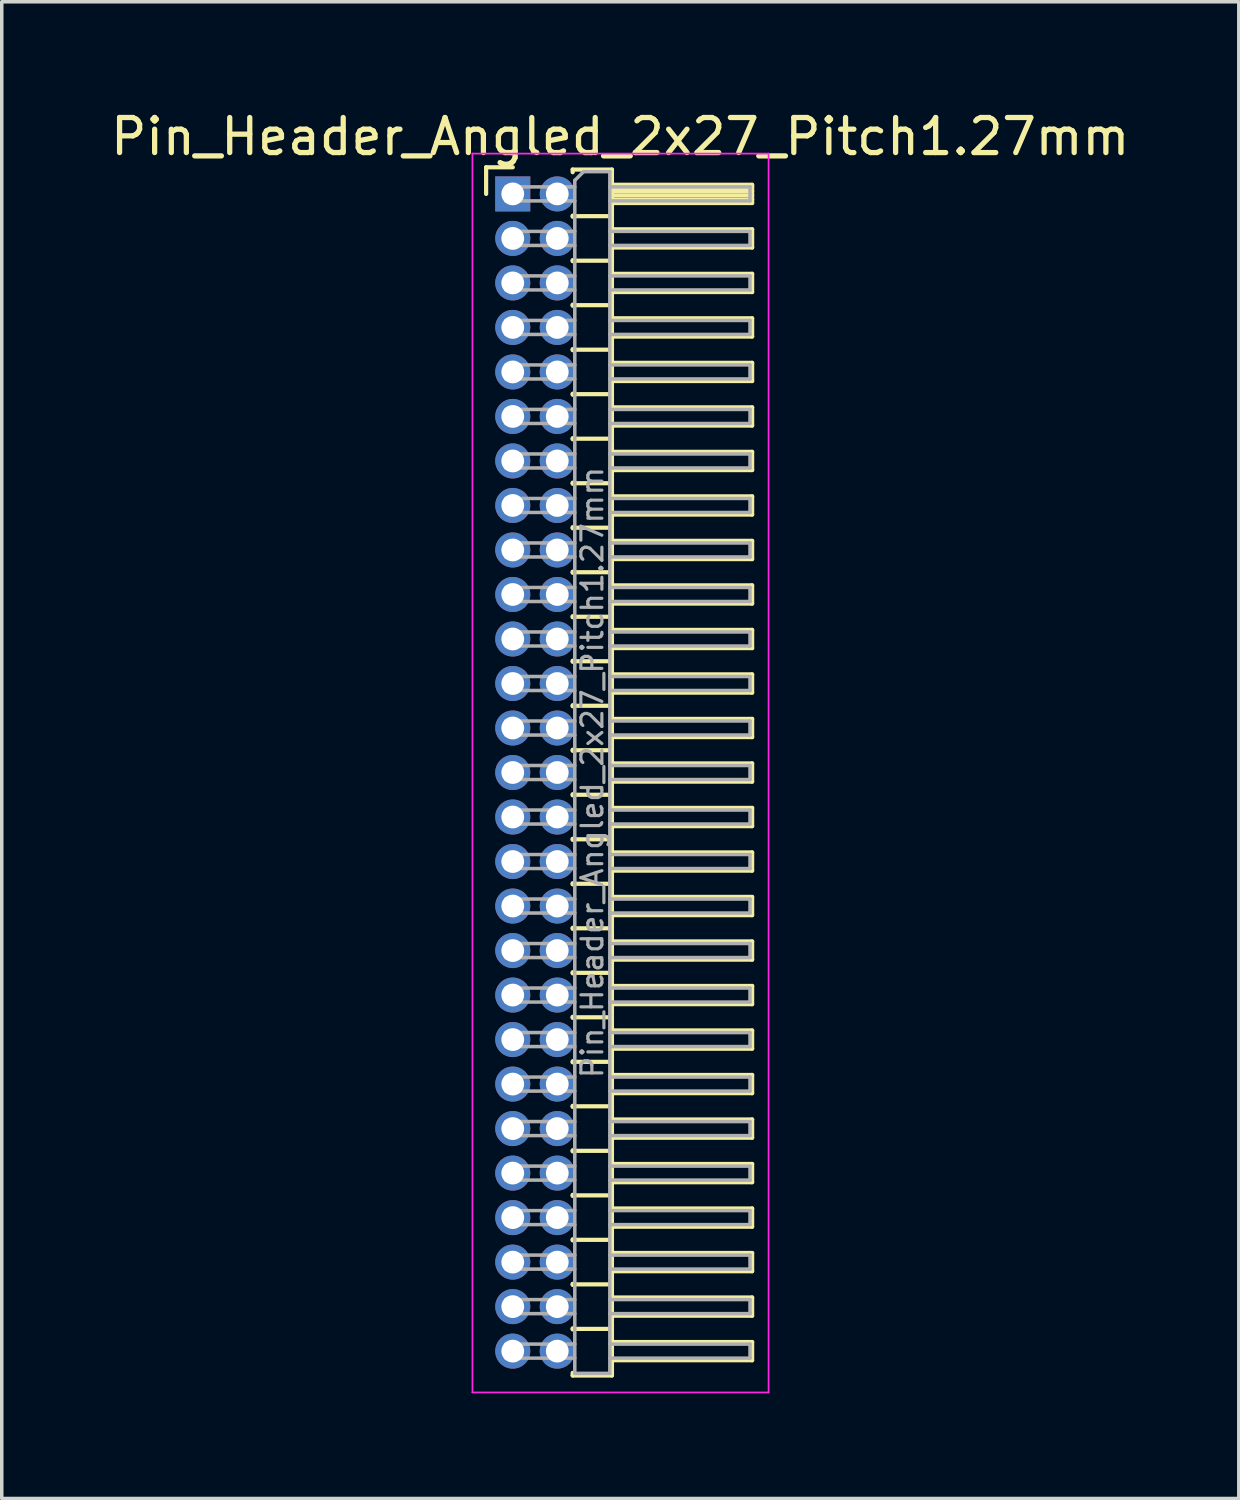
<source format=kicad_pcb>
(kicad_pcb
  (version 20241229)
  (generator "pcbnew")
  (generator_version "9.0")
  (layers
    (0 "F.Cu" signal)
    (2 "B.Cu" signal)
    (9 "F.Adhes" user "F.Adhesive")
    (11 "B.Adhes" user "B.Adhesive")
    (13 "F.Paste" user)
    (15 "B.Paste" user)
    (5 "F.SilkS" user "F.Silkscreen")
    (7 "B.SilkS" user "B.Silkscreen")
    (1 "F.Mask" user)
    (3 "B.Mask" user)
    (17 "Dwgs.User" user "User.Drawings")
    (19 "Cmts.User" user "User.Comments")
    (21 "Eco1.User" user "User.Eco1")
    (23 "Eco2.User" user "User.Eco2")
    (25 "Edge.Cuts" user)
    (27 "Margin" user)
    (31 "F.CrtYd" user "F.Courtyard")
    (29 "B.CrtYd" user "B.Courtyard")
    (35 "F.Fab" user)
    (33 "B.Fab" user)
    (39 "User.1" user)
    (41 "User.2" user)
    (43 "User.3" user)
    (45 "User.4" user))
  (footprint "Pin_Header_Angled_2x27_Pitch1.27mm"
    (layer "F.Cu")
    (at 11.581 2.483)
    (property "Reference" "Pin_Header_Angled_2x27_Pitch1.27mm" (at 3.067 -1.635 0) (layer "F.SilkS") (effects (font (size 1 1) (thickness 0.15))))
    (attr through_hole)
    (fp_line (start -0.76 -0.76) (end 0 -0.76) (stroke (width 0.12) (type solid)) (layer "F.SilkS"))
    (fp_line (start -0.76 0) (end -0.76 -0.76) (stroke (width 0.12) (type solid)) (layer "F.SilkS"))
    (fp_line (start 1.71 -0.695) (end 2.83 -0.695) (stroke (width 0.12) (type solid)) (layer "F.SilkS"))
    (fp_line (start 1.71 -0.62) (end 1.71 -0.695) (stroke (width 0.12) (type solid)) (layer "F.SilkS"))
    (fp_line (start 1.71 0.62) (end 1.71 0.65) (stroke (width 0.12) (type solid)) (layer "F.SilkS"))
    (fp_line (start 1.71 0.635) (end 2.83 0.635) (stroke (width 0.12) (type solid)) (layer "F.SilkS"))
    (fp_line (start 1.71 1.89) (end 1.71 1.92) (stroke (width 0.12) (type solid)) (layer "F.SilkS"))
    (fp_line (start 1.71 1.905) (end 2.83 1.905) (stroke (width 0.12) (type solid)) (layer "F.SilkS"))
    (fp_line (start 1.71 3.16) (end 1.71 3.19) (stroke (width 0.12) (type solid)) (layer "F.SilkS"))
    (fp_line (start 1.71 3.175) (end 2.83 3.175) (stroke (width 0.12) (type solid)) (layer "F.SilkS"))
    (fp_line (start 1.71 4.43) (end 1.71 4.46) (stroke (width 0.12) (type solid)) (layer "F.SilkS"))
    (fp_line (start 1.71 4.445) (end 2.83 4.445) (stroke (width 0.12) (type solid)) (layer "F.SilkS"))
    (fp_line (start 1.71 5.7) (end 1.71 5.73) (stroke (width 0.12) (type solid)) (layer "F.SilkS"))
    (fp_line (start 1.71 5.715) (end 2.83 5.715) (stroke (width 0.12) (type solid)) (layer "F.SilkS"))
    (fp_line (start 1.71 6.97) (end 1.71 7) (stroke (width 0.12) (type solid)) (layer "F.SilkS"))
    (fp_line (start 1.71 6.985) (end 2.83 6.985) (stroke (width 0.12) (type solid)) (layer "F.SilkS"))
    (fp_line (start 1.71 8.24) (end 1.71 8.27) (stroke (width 0.12) (type solid)) (layer "F.SilkS"))
    (fp_line (start 1.71 8.255) (end 2.83 8.255) (stroke (width 0.12) (type solid)) (layer "F.SilkS"))
    (fp_line (start 1.71 9.51) (end 1.71 9.54) (stroke (width 0.12) (type solid)) (layer "F.SilkS"))
    (fp_line (start 1.71 9.525) (end 2.83 9.525) (stroke (width 0.12) (type solid)) (layer "F.SilkS"))
    (fp_line (start 1.71 10.78) (end 1.71 10.81) (stroke (width 0.12) (type solid)) (layer "F.SilkS"))
    (fp_line (start 1.71 10.795) (end 2.83 10.795) (stroke (width 0.12) (type solid)) (layer "F.SilkS"))
    (fp_line (start 1.71 12.05) (end 1.71 12.08) (stroke (width 0.12) (type solid)) (layer "F.SilkS"))
    (fp_line (start 1.71 12.065) (end 2.83 12.065) (stroke (width 0.12) (type solid)) (layer "F.SilkS"))
    (fp_line (start 1.71 13.32) (end 1.71 13.35) (stroke (width 0.12) (type solid)) (layer "F.SilkS"))
    (fp_line (start 1.71 13.335) (end 2.83 13.335) (stroke (width 0.12) (type solid)) (layer "F.SilkS"))
    (fp_line (start 1.71 14.59) (end 1.71 14.62) (stroke (width 0.12) (type solid)) (layer "F.SilkS"))
    (fp_line (start 1.71 14.605) (end 2.83 14.605) (stroke (width 0.12) (type solid)) (layer "F.SilkS"))
    (fp_line (start 1.71 15.86) (end 1.71 15.89) (stroke (width 0.12) (type solid)) (layer "F.SilkS"))
    (fp_line (start 1.71 15.875) (end 2.83 15.875) (stroke (width 0.12) (type solid)) (layer "F.SilkS"))
    (fp_line (start 1.71 17.13) (end 1.71 17.16) (stroke (width 0.12) (type solid)) (layer "F.SilkS"))
    (fp_line (start 1.71 17.145) (end 2.83 17.145) (stroke (width 0.12) (type solid)) (layer "F.SilkS"))
    (fp_line (start 1.71 18.4) (end 1.71 18.43) (stroke (width 0.12) (type solid)) (layer "F.SilkS"))
    (fp_line (start 1.71 18.415) (end 2.83 18.415) (stroke (width 0.12) (type solid)) (layer "F.SilkS"))
    (fp_line (start 1.71 19.67) (end 1.71 19.7) (stroke (width 0.12) (type solid)) (layer "F.SilkS"))
    (fp_line (start 1.71 19.685) (end 2.83 19.685) (stroke (width 0.12) (type solid)) (layer "F.SilkS"))
    (fp_line (start 1.71 20.94) (end 1.71 20.97) (stroke (width 0.12) (type solid)) (layer "F.SilkS"))
    (fp_line (start 1.71 20.955) (end 2.83 20.955) (stroke (width 0.12) (type solid)) (layer "F.SilkS"))
    (fp_line (start 1.71 22.21) (end 1.71 22.24) (stroke (width 0.12) (type solid)) (layer "F.SilkS"))
    (fp_line (start 1.71 22.225) (end 2.83 22.225) (stroke (width 0.12) (type solid)) (layer "F.SilkS"))
    (fp_line (start 1.71 23.48) (end 1.71 23.51) (stroke (width 0.12) (type solid)) (layer "F.SilkS"))
    (fp_line (start 1.71 23.495) (end 2.83 23.495) (stroke (width 0.12) (type solid)) (layer "F.SilkS"))
    (fp_line (start 1.71 24.75) (end 1.71 24.78) (stroke (width 0.12) (type solid)) (layer "F.SilkS"))
    (fp_line (start 1.71 24.765) (end 2.83 24.765) (stroke (width 0.12) (type solid)) (layer "F.SilkS"))
    (fp_line (start 1.71 26.02) (end 1.71 26.05) (stroke (width 0.12) (type solid)) (layer "F.SilkS"))
    (fp_line (start 1.71 26.035) (end 2.83 26.035) (stroke (width 0.12) (type solid)) (layer "F.SilkS"))
    (fp_line (start 1.71 27.29) (end 1.71 27.32) (stroke (width 0.12) (type solid)) (layer "F.SilkS"))
    (fp_line (start 1.71 27.305) (end 2.83 27.305) (stroke (width 0.12) (type solid)) (layer "F.SilkS"))
    (fp_line (start 1.71 28.56) (end 1.71 28.59) (stroke (width 0.12) (type solid)) (layer "F.SilkS"))
    (fp_line (start 1.71 28.575) (end 2.83 28.575) (stroke (width 0.12) (type solid)) (layer "F.SilkS"))
    (fp_line (start 1.71 29.83) (end 1.71 29.86) (stroke (width 0.12) (type solid)) (layer "F.SilkS"))
    (fp_line (start 1.71 29.845) (end 2.83 29.845) (stroke (width 0.12) (type solid)) (layer "F.SilkS"))
    (fp_line (start 1.71 31.1) (end 1.71 31.13) (stroke (width 0.12) (type solid)) (layer "F.SilkS"))
    (fp_line (start 1.71 31.115) (end 2.83 31.115) (stroke (width 0.12) (type solid)) (layer "F.SilkS"))
    (fp_line (start 1.71 32.37) (end 1.71 32.4) (stroke (width 0.12) (type solid)) (layer "F.SilkS"))
    (fp_line (start 1.71 32.385) (end 2.83 32.385) (stroke (width 0.12) (type solid)) (layer "F.SilkS"))
    (fp_line (start 1.71 33.715) (end 1.71 33.64) (stroke (width 0.12) (type solid)) (layer "F.SilkS"))
    (fp_line (start 2.83 -0.695) (end 2.83 33.715) (stroke (width 0.12) (type solid)) (layer "F.SilkS"))
    (fp_line (start 2.83 -0.26) (end 6.83 -0.26) (stroke (width 0.12) (type solid)) (layer "F.SilkS"))
    (fp_line (start 2.83 -0.2) (end 6.83 -0.2) (stroke (width 0.12) (type solid)) (layer "F.SilkS"))
    (fp_line (start 2.83 -0.08) (end 6.83 -0.08) (stroke (width 0.12) (type solid)) (layer "F.SilkS"))
    (fp_line (start 2.83 0.04) (end 6.83 0.04) (stroke (width 0.12) (type solid)) (layer "F.SilkS"))
    (fp_line (start 2.83 0.16) (end 6.83 0.16) (stroke (width 0.12) (type solid)) (layer "F.SilkS"))
    (fp_line (start 2.83 1.01) (end 6.83 1.01) (stroke (width 0.12) (type solid)) (layer "F.SilkS"))
    (fp_line (start 2.83 2.28) (end 6.83 2.28) (stroke (width 0.12) (type solid)) (layer "F.SilkS"))
    (fp_line (start 2.83 3.55) (end 6.83 3.55) (stroke (width 0.12) (type solid)) (layer "F.SilkS"))
    (fp_line (start 2.83 4.82) (end 6.83 4.82) (stroke (width 0.12) (type solid)) (layer "F.SilkS"))
    (fp_line (start 2.83 6.09) (end 6.83 6.09) (stroke (width 0.12) (type solid)) (layer "F.SilkS"))
    (fp_line (start 2.83 7.36) (end 6.83 7.36) (stroke (width 0.12) (type solid)) (layer "F.SilkS"))
    (fp_line (start 2.83 8.63) (end 6.83 8.63) (stroke (width 0.12) (type solid)) (layer "F.SilkS"))
    (fp_line (start 2.83 9.9) (end 6.83 9.9) (stroke (width 0.12) (type solid)) (layer "F.SilkS"))
    (fp_line (start 2.83 11.17) (end 6.83 11.17) (stroke (width 0.12) (type solid)) (layer "F.SilkS"))
    (fp_line (start 2.83 12.44) (end 6.83 12.44) (stroke (width 0.12) (type solid)) (layer "F.SilkS"))
    (fp_line (start 2.83 13.71) (end 6.83 13.71) (stroke (width 0.12) (type solid)) (layer "F.SilkS"))
    (fp_line (start 2.83 14.98) (end 6.83 14.98) (stroke (width 0.12) (type solid)) (layer "F.SilkS"))
    (fp_line (start 2.83 16.25) (end 6.83 16.25) (stroke (width 0.12) (type solid)) (layer "F.SilkS"))
    (fp_line (start 2.83 17.52) (end 6.83 17.52) (stroke (width 0.12) (type solid)) (layer "F.SilkS"))
    (fp_line (start 2.83 18.79) (end 6.83 18.79) (stroke (width 0.12) (type solid)) (layer "F.SilkS"))
    (fp_line (start 2.83 20.06) (end 6.83 20.06) (stroke (width 0.12) (type solid)) (layer "F.SilkS"))
    (fp_line (start 2.83 21.33) (end 6.83 21.33) (stroke (width 0.12) (type solid)) (layer "F.SilkS"))
    (fp_line (start 2.83 22.6) (end 6.83 22.6) (stroke (width 0.12) (type solid)) (layer "F.SilkS"))
    (fp_line (start 2.83 23.87) (end 6.83 23.87) (stroke (width 0.12) (type solid)) (layer "F.SilkS"))
    (fp_line (start 2.83 25.14) (end 6.83 25.14) (stroke (width 0.12) (type solid)) (layer "F.SilkS"))
    (fp_line (start 2.83 26.41) (end 6.83 26.41) (stroke (width 0.12) (type solid)) (layer "F.SilkS"))
    (fp_line (start 2.83 27.68) (end 6.83 27.68) (stroke (width 0.12) (type solid)) (layer "F.SilkS"))
    (fp_line (start 2.83 28.95) (end 6.83 28.95) (stroke (width 0.12) (type solid)) (layer "F.SilkS"))
    (fp_line (start 2.83 30.22) (end 6.83 30.22) (stroke (width 0.12) (type solid)) (layer "F.SilkS"))
    (fp_line (start 2.83 31.49) (end 6.83 31.49) (stroke (width 0.12) (type solid)) (layer "F.SilkS"))
    (fp_line (start 2.83 32.76) (end 6.83 32.76) (stroke (width 0.12) (type solid)) (layer "F.SilkS"))
    (fp_line (start 2.83 33.715) (end 1.71 33.715) (stroke (width 0.12) (type solid)) (layer "F.SilkS"))
    (fp_line (start 6.83 -0.26) (end 6.83 0.26) (stroke (width 0.12) (type solid)) (layer "F.SilkS"))
    (fp_line (start 6.83 0.26) (end 2.83 0.26) (stroke (width 0.12) (type solid)) (layer "F.SilkS"))
    (fp_line (start 6.83 1.01) (end 6.83 1.53) (stroke (width 0.12) (type solid)) (layer "F.SilkS"))
    (fp_line (start 6.83 1.53) (end 2.83 1.53) (stroke (width 0.12) (type solid)) (layer "F.SilkS"))
    (fp_line (start 6.83 2.28) (end 6.83 2.8) (stroke (width 0.12) (type solid)) (layer "F.SilkS"))
    (fp_line (start 6.83 2.8) (end 2.83 2.8) (stroke (width 0.12) (type solid)) (layer "F.SilkS"))
    (fp_line (start 6.83 3.55) (end 6.83 4.07) (stroke (width 0.12) (type solid)) (layer "F.SilkS"))
    (fp_line (start 6.83 4.07) (end 2.83 4.07) (stroke (width 0.12) (type solid)) (layer "F.SilkS"))
    (fp_line (start 6.83 4.82) (end 6.83 5.34) (stroke (width 0.12) (type solid)) (layer "F.SilkS"))
    (fp_line (start 6.83 5.34) (end 2.83 5.34) (stroke (width 0.12) (type solid)) (layer "F.SilkS"))
    (fp_line (start 6.83 6.09) (end 6.83 6.61) (stroke (width 0.12) (type solid)) (layer "F.SilkS"))
    (fp_line (start 6.83 6.61) (end 2.83 6.61) (stroke (width 0.12) (type solid)) (layer "F.SilkS"))
    (fp_line (start 6.83 7.36) (end 6.83 7.88) (stroke (width 0.12) (type solid)) (layer "F.SilkS"))
    (fp_line (start 6.83 7.88) (end 2.83 7.88) (stroke (width 0.12) (type solid)) (layer "F.SilkS"))
    (fp_line (start 6.83 8.63) (end 6.83 9.15) (stroke (width 0.12) (type solid)) (layer "F.SilkS"))
    (fp_line (start 6.83 9.15) (end 2.83 9.15) (stroke (width 0.12) (type solid)) (layer "F.SilkS"))
    (fp_line (start 6.83 9.9) (end 6.83 10.42) (stroke (width 0.12) (type solid)) (layer "F.SilkS"))
    (fp_line (start 6.83 10.42) (end 2.83 10.42) (stroke (width 0.12) (type solid)) (layer "F.SilkS"))
    (fp_line (start 6.83 11.17) (end 6.83 11.69) (stroke (width 0.12) (type solid)) (layer "F.SilkS"))
    (fp_line (start 6.83 11.69) (end 2.83 11.69) (stroke (width 0.12) (type solid)) (layer "F.SilkS"))
    (fp_line (start 6.83 12.44) (end 6.83 12.96) (stroke (width 0.12) (type solid)) (layer "F.SilkS"))
    (fp_line (start 6.83 12.96) (end 2.83 12.96) (stroke (width 0.12) (type solid)) (layer "F.SilkS"))
    (fp_line (start 6.83 13.71) (end 6.83 14.23) (stroke (width 0.12) (type solid)) (layer "F.SilkS"))
    (fp_line (start 6.83 14.23) (end 2.83 14.23) (stroke (width 0.12) (type solid)) (layer "F.SilkS"))
    (fp_line (start 6.83 14.98) (end 6.83 15.5) (stroke (width 0.12) (type solid)) (layer "F.SilkS"))
    (fp_line (start 6.83 15.5) (end 2.83 15.5) (stroke (width 0.12) (type solid)) (layer "F.SilkS"))
    (fp_line (start 6.83 16.25) (end 6.83 16.77) (stroke (width 0.12) (type solid)) (layer "F.SilkS"))
    (fp_line (start 6.83 16.77) (end 2.83 16.77) (stroke (width 0.12) (type solid)) (layer "F.SilkS"))
    (fp_line (start 6.83 17.52) (end 6.83 18.04) (stroke (width 0.12) (type solid)) (layer "F.SilkS"))
    (fp_line (start 6.83 18.04) (end 2.83 18.04) (stroke (width 0.12) (type solid)) (layer "F.SilkS"))
    (fp_line (start 6.83 18.79) (end 6.83 19.31) (stroke (width 0.12) (type solid)) (layer "F.SilkS"))
    (fp_line (start 6.83 19.31) (end 2.83 19.31) (stroke (width 0.12) (type solid)) (layer "F.SilkS"))
    (fp_line (start 6.83 20.06) (end 6.83 20.58) (stroke (width 0.12) (type solid)) (layer "F.SilkS"))
    (fp_line (start 6.83 20.58) (end 2.83 20.58) (stroke (width 0.12) (type solid)) (layer "F.SilkS"))
    (fp_line (start 6.83 21.33) (end 6.83 21.85) (stroke (width 0.12) (type solid)) (layer "F.SilkS"))
    (fp_line (start 6.83 21.85) (end 2.83 21.85) (stroke (width 0.12) (type solid)) (layer "F.SilkS"))
    (fp_line (start 6.83 22.6) (end 6.83 23.12) (stroke (width 0.12) (type solid)) (layer "F.SilkS"))
    (fp_line (start 6.83 23.12) (end 2.83 23.12) (stroke (width 0.12) (type solid)) (layer "F.SilkS"))
    (fp_line (start 6.83 23.87) (end 6.83 24.39) (stroke (width 0.12) (type solid)) (layer "F.SilkS"))
    (fp_line (start 6.83 24.39) (end 2.83 24.39) (stroke (width 0.12) (type solid)) (layer "F.SilkS"))
    (fp_line (start 6.83 25.14) (end 6.83 25.66) (stroke (width 0.12) (type solid)) (layer "F.SilkS"))
    (fp_line (start 6.83 25.66) (end 2.83 25.66) (stroke (width 0.12) (type solid)) (layer "F.SilkS"))
    (fp_line (start 6.83 26.41) (end 6.83 26.93) (stroke (width 0.12) (type solid)) (layer "F.SilkS"))
    (fp_line (start 6.83 26.93) (end 2.83 26.93) (stroke (width 0.12) (type solid)) (layer "F.SilkS"))
    (fp_line (start 6.83 27.68) (end 6.83 28.2) (stroke (width 0.12) (type solid)) (layer "F.SilkS"))
    (fp_line (start 6.83 28.2) (end 2.83 28.2) (stroke (width 0.12) (type solid)) (layer "F.SilkS"))
    (fp_line (start 6.83 28.95) (end 6.83 29.47) (stroke (width 0.12) (type solid)) (layer "F.SilkS"))
    (fp_line (start 6.83 29.47) (end 2.83 29.47) (stroke (width 0.12) (type solid)) (layer "F.SilkS"))
    (fp_line (start 6.83 30.22) (end 6.83 30.74) (stroke (width 0.12) (type solid)) (layer "F.SilkS"))
    (fp_line (start 6.83 30.74) (end 2.83 30.74) (stroke (width 0.12) (type solid)) (layer "F.SilkS"))
    (fp_line (start 6.83 31.49) (end 6.83 32.01) (stroke (width 0.12) (type solid)) (layer "F.SilkS"))
    (fp_line (start 6.83 32.01) (end 2.83 32.01) (stroke (width 0.12) (type solid)) (layer "F.SilkS"))
    (fp_line (start 6.83 32.76) (end 6.83 33.28) (stroke (width 0.12) (type solid)) (layer "F.SilkS"))
    (fp_line (start 6.83 33.28) (end 2.83 33.28) (stroke (width 0.12) (type solid)) (layer "F.SilkS"))
    (fp_line (start -1.15 -1.15) (end -1.15 34.2) (stroke (width 0.05) (type solid)) (layer "F.CrtYd"))
    (fp_line (start -1.15 34.2) (end 7.3 34.2) (stroke (width 0.05) (type solid)) (layer "F.CrtYd"))
    (fp_line (start 7.3 -1.15) (end -1.15 -1.15) (stroke (width 0.05) (type solid)) (layer "F.CrtYd"))
    (fp_line (start 7.3 34.2) (end 7.3 -1.15) (stroke (width 0.05) (type solid)) (layer "F.CrtYd"))
    (fp_line (start -0.2 -0.2) (end -0.2 0.2) (stroke (width 0.1) (type solid)) (layer "F.Fab"))
    (fp_line (start -0.2 -0.2) (end 1.77 -0.2) (stroke (width 0.1) (type solid)) (layer "F.Fab"))
    (fp_line (start -0.2 0.2) (end 1.77 0.2) (stroke (width 0.1) (type solid)) (layer "F.Fab"))
    (fp_line (start -0.2 1.07) (end -0.2 1.47) (stroke (width 0.1) (type solid)) (layer "F.Fab"))
    (fp_line (start -0.2 1.07) (end 1.77 1.07) (stroke (width 0.1) (type solid)) (layer "F.Fab"))
    (fp_line (start -0.2 1.47) (end 1.77 1.47) (stroke (width 0.1) (type solid)) (layer "F.Fab"))
    (fp_line (start -0.2 2.34) (end -0.2 2.74) (stroke (width 0.1) (type solid)) (layer "F.Fab"))
    (fp_line (start -0.2 2.34) (end 1.77 2.34) (stroke (width 0.1) (type solid)) (layer "F.Fab"))
    (fp_line (start -0.2 2.74) (end 1.77 2.74) (stroke (width 0.1) (type solid)) (layer "F.Fab"))
    (fp_line (start -0.2 3.61) (end -0.2 4.01) (stroke (width 0.1) (type solid)) (layer "F.Fab"))
    (fp_line (start -0.2 3.61) (end 1.77 3.61) (stroke (width 0.1) (type solid)) (layer "F.Fab"))
    (fp_line (start -0.2 4.01) (end 1.77 4.01) (stroke (width 0.1) (type solid)) (layer "F.Fab"))
    (fp_line (start -0.2 4.88) (end -0.2 5.28) (stroke (width 0.1) (type solid)) (layer "F.Fab"))
    (fp_line (start -0.2 4.88) (end 1.77 4.88) (stroke (width 0.1) (type solid)) (layer "F.Fab"))
    (fp_line (start -0.2 5.28) (end 1.77 5.28) (stroke (width 0.1) (type solid)) (layer "F.Fab"))
    (fp_line (start -0.2 6.15) (end -0.2 6.55) (stroke (width 0.1) (type solid)) (layer "F.Fab"))
    (fp_line (start -0.2 6.15) (end 1.77 6.15) (stroke (width 0.1) (type solid)) (layer "F.Fab"))
    (fp_line (start -0.2 6.55) (end 1.77 6.55) (stroke (width 0.1) (type solid)) (layer "F.Fab"))
    (fp_line (start -0.2 7.42) (end -0.2 7.82) (stroke (width 0.1) (type solid)) (layer "F.Fab"))
    (fp_line (start -0.2 7.42) (end 1.77 7.42) (stroke (width 0.1) (type solid)) (layer "F.Fab"))
    (fp_line (start -0.2 7.82) (end 1.77 7.82) (stroke (width 0.1) (type solid)) (layer "F.Fab"))
    (fp_line (start -0.2 8.69) (end -0.2 9.09) (stroke (width 0.1) (type solid)) (layer "F.Fab"))
    (fp_line (start -0.2 8.69) (end 1.77 8.69) (stroke (width 0.1) (type solid)) (layer "F.Fab"))
    (fp_line (start -0.2 9.09) (end 1.77 9.09) (stroke (width 0.1) (type solid)) (layer "F.Fab"))
    (fp_line (start -0.2 9.96) (end -0.2 10.36) (stroke (width 0.1) (type solid)) (layer "F.Fab"))
    (fp_line (start -0.2 9.96) (end 1.77 9.96) (stroke (width 0.1) (type solid)) (layer "F.Fab"))
    (fp_line (start -0.2 10.36) (end 1.77 10.36) (stroke (width 0.1) (type solid)) (layer "F.Fab"))
    (fp_line (start -0.2 11.23) (end -0.2 11.63) (stroke (width 0.1) (type solid)) (layer "F.Fab"))
    (fp_line (start -0.2 11.23) (end 1.77 11.23) (stroke (width 0.1) (type solid)) (layer "F.Fab"))
    (fp_line (start -0.2 11.63) (end 1.77 11.63) (stroke (width 0.1) (type solid)) (layer "F.Fab"))
    (fp_line (start -0.2 12.5) (end -0.2 12.9) (stroke (width 0.1) (type solid)) (layer "F.Fab"))
    (fp_line (start -0.2 12.5) (end 1.77 12.5) (stroke (width 0.1) (type solid)) (layer "F.Fab"))
    (fp_line (start -0.2 12.9) (end 1.77 12.9) (stroke (width 0.1) (type solid)) (layer "F.Fab"))
    (fp_line (start -0.2 13.77) (end -0.2 14.17) (stroke (width 0.1) (type solid)) (layer "F.Fab"))
    (fp_line (start -0.2 13.77) (end 1.77 13.77) (stroke (width 0.1) (type solid)) (layer "F.Fab"))
    (fp_line (start -0.2 14.17) (end 1.77 14.17) (stroke (width 0.1) (type solid)) (layer "F.Fab"))
    (fp_line (start -0.2 15.04) (end -0.2 15.44) (stroke (width 0.1) (type solid)) (layer "F.Fab"))
    (fp_line (start -0.2 15.04) (end 1.77 15.04) (stroke (width 0.1) (type solid)) (layer "F.Fab"))
    (fp_line (start -0.2 15.44) (end 1.77 15.44) (stroke (width 0.1) (type solid)) (layer "F.Fab"))
    (fp_line (start -0.2 16.31) (end -0.2 16.71) (stroke (width 0.1) (type solid)) (layer "F.Fab"))
    (fp_line (start -0.2 16.31) (end 1.77 16.31) (stroke (width 0.1) (type solid)) (layer "F.Fab"))
    (fp_line (start -0.2 16.71) (end 1.77 16.71) (stroke (width 0.1) (type solid)) (layer "F.Fab"))
    (fp_line (start -0.2 17.58) (end -0.2 17.98) (stroke (width 0.1) (type solid)) (layer "F.Fab"))
    (fp_line (start -0.2 17.58) (end 1.77 17.58) (stroke (width 0.1) (type solid)) (layer "F.Fab"))
    (fp_line (start -0.2 17.98) (end 1.77 17.98) (stroke (width 0.1) (type solid)) (layer "F.Fab"))
    (fp_line (start -0.2 18.85) (end -0.2 19.25) (stroke (width 0.1) (type solid)) (layer "F.Fab"))
    (fp_line (start -0.2 18.85) (end 1.77 18.85) (stroke (width 0.1) (type solid)) (layer "F.Fab"))
    (fp_line (start -0.2 19.25) (end 1.77 19.25) (stroke (width 0.1) (type solid)) (layer "F.Fab"))
    (fp_line (start -0.2 20.12) (end -0.2 20.52) (stroke (width 0.1) (type solid)) (layer "F.Fab"))
    (fp_line (start -0.2 20.12) (end 1.77 20.12) (stroke (width 0.1) (type solid)) (layer "F.Fab"))
    (fp_line (start -0.2 20.52) (end 1.77 20.52) (stroke (width 0.1) (type solid)) (layer "F.Fab"))
    (fp_line (start -0.2 21.39) (end -0.2 21.79) (stroke (width 0.1) (type solid)) (layer "F.Fab"))
    (fp_line (start -0.2 21.39) (end 1.77 21.39) (stroke (width 0.1) (type solid)) (layer "F.Fab"))
    (fp_line (start -0.2 21.79) (end 1.77 21.79) (stroke (width 0.1) (type solid)) (layer "F.Fab"))
    (fp_line (start -0.2 22.66) (end -0.2 23.06) (stroke (width 0.1) (type solid)) (layer "F.Fab"))
    (fp_line (start -0.2 22.66) (end 1.77 22.66) (stroke (width 0.1) (type solid)) (layer "F.Fab"))
    (fp_line (start -0.2 23.06) (end 1.77 23.06) (stroke (width 0.1) (type solid)) (layer "F.Fab"))
    (fp_line (start -0.2 23.93) (end -0.2 24.33) (stroke (width 0.1) (type solid)) (layer "F.Fab"))
    (fp_line (start -0.2 23.93) (end 1.77 23.93) (stroke (width 0.1) (type solid)) (layer "F.Fab"))
    (fp_line (start -0.2 24.33) (end 1.77 24.33) (stroke (width 0.1) (type solid)) (layer "F.Fab"))
    (fp_line (start -0.2 25.2) (end -0.2 25.6) (stroke (width 0.1) (type solid)) (layer "F.Fab"))
    (fp_line (start -0.2 25.2) (end 1.77 25.2) (stroke (width 0.1) (type solid)) (layer "F.Fab"))
    (fp_line (start -0.2 25.6) (end 1.77 25.6) (stroke (width 0.1) (type solid)) (layer "F.Fab"))
    (fp_line (start -0.2 26.47) (end -0.2 26.87) (stroke (width 0.1) (type solid)) (layer "F.Fab"))
    (fp_line (start -0.2 26.47) (end 1.77 26.47) (stroke (width 0.1) (type solid)) (layer "F.Fab"))
    (fp_line (start -0.2 26.87) (end 1.77 26.87) (stroke (width 0.1) (type solid)) (layer "F.Fab"))
    (fp_line (start -0.2 27.74) (end -0.2 28.14) (stroke (width 0.1) (type solid)) (layer "F.Fab"))
    (fp_line (start -0.2 27.74) (end 1.77 27.74) (stroke (width 0.1) (type solid)) (layer "F.Fab"))
    (fp_line (start -0.2 28.14) (end 1.77 28.14) (stroke (width 0.1) (type solid)) (layer "F.Fab"))
    (fp_line (start -0.2 29.01) (end -0.2 29.41) (stroke (width 0.1) (type solid)) (layer "F.Fab"))
    (fp_line (start -0.2 29.01) (end 1.77 29.01) (stroke (width 0.1) (type solid)) (layer "F.Fab"))
    (fp_line (start -0.2 29.41) (end 1.77 29.41) (stroke (width 0.1) (type solid)) (layer "F.Fab"))
    (fp_line (start -0.2 30.28) (end -0.2 30.68) (stroke (width 0.1) (type solid)) (layer "F.Fab"))
    (fp_line (start -0.2 30.28) (end 1.77 30.28) (stroke (width 0.1) (type solid)) (layer "F.Fab"))
    (fp_line (start -0.2 30.68) (end 1.77 30.68) (stroke (width 0.1) (type solid)) (layer "F.Fab"))
    (fp_line (start -0.2 31.55) (end -0.2 31.95) (stroke (width 0.1) (type solid)) (layer "F.Fab"))
    (fp_line (start -0.2 31.55) (end 1.77 31.55) (stroke (width 0.1) (type solid)) (layer "F.Fab"))
    (fp_line (start -0.2 31.95) (end 1.77 31.95) (stroke (width 0.1) (type solid)) (layer "F.Fab"))
    (fp_line (start -0.2 32.82) (end -0.2 33.22) (stroke (width 0.1) (type solid)) (layer "F.Fab"))
    (fp_line (start -0.2 32.82) (end 1.77 32.82) (stroke (width 0.1) (type solid)) (layer "F.Fab"))
    (fp_line (start -0.2 33.22) (end 1.77 33.22) (stroke (width 0.1) (type solid)) (layer "F.Fab"))
    (fp_line (start 1.77 -0.385) (end 2.02 -0.635) (stroke (width 0.1) (type solid)) (layer "F.Fab"))
    (fp_line (start 1.77 33.655) (end 1.77 -0.385) (stroke (width 0.1) (type solid)) (layer "F.Fab"))
    (fp_line (start 2.02 -0.635) (end 2.77 -0.635) (stroke (width 0.1) (type solid)) (layer "F.Fab"))
    (fp_line (start 2.77 -0.635) (end 2.77 33.655) (stroke (width 0.1) (type solid)) (layer "F.Fab"))
    (fp_line (start 2.77 -0.2) (end 6.77 -0.2) (stroke (width 0.1) (type solid)) (layer "F.Fab"))
    (fp_line (start 2.77 0.2) (end 6.77 0.2) (stroke (width 0.1) (type solid)) (layer "F.Fab"))
    (fp_line (start 2.77 1.07) (end 6.77 1.07) (stroke (width 0.1) (type solid)) (layer "F.Fab"))
    (fp_line (start 2.77 1.47) (end 6.77 1.47) (stroke (width 0.1) (type solid)) (layer "F.Fab"))
    (fp_line (start 2.77 2.34) (end 6.77 2.34) (stroke (width 0.1) (type solid)) (layer "F.Fab"))
    (fp_line (start 2.77 2.74) (end 6.77 2.74) (stroke (width 0.1) (type solid)) (layer "F.Fab"))
    (fp_line (start 2.77 3.61) (end 6.77 3.61) (stroke (width 0.1) (type solid)) (layer "F.Fab"))
    (fp_line (start 2.77 4.01) (end 6.77 4.01) (stroke (width 0.1) (type solid)) (layer "F.Fab"))
    (fp_line (start 2.77 4.88) (end 6.77 4.88) (stroke (width 0.1) (type solid)) (layer "F.Fab"))
    (fp_line (start 2.77 5.28) (end 6.77 5.28) (stroke (width 0.1) (type solid)) (layer "F.Fab"))
    (fp_line (start 2.77 6.15) (end 6.77 6.15) (stroke (width 0.1) (type solid)) (layer "F.Fab"))
    (fp_line (start 2.77 6.55) (end 6.77 6.55) (stroke (width 0.1) (type solid)) (layer "F.Fab"))
    (fp_line (start 2.77 7.42) (end 6.77 7.42) (stroke (width 0.1) (type solid)) (layer "F.Fab"))
    (fp_line (start 2.77 7.82) (end 6.77 7.82) (stroke (width 0.1) (type solid)) (layer "F.Fab"))
    (fp_line (start 2.77 8.69) (end 6.77 8.69) (stroke (width 0.1) (type solid)) (layer "F.Fab"))
    (fp_line (start 2.77 9.09) (end 6.77 9.09) (stroke (width 0.1) (type solid)) (layer "F.Fab"))
    (fp_line (start 2.77 9.96) (end 6.77 9.96) (stroke (width 0.1) (type solid)) (layer "F.Fab"))
    (fp_line (start 2.77 10.36) (end 6.77 10.36) (stroke (width 0.1) (type solid)) (layer "F.Fab"))
    (fp_line (start 2.77 11.23) (end 6.77 11.23) (stroke (width 0.1) (type solid)) (layer "F.Fab"))
    (fp_line (start 2.77 11.63) (end 6.77 11.63) (stroke (width 0.1) (type solid)) (layer "F.Fab"))
    (fp_line (start 2.77 12.5) (end 6.77 12.5) (stroke (width 0.1) (type solid)) (layer "F.Fab"))
    (fp_line (start 2.77 12.9) (end 6.77 12.9) (stroke (width 0.1) (type solid)) (layer "F.Fab"))
    (fp_line (start 2.77 13.77) (end 6.77 13.77) (stroke (width 0.1) (type solid)) (layer "F.Fab"))
    (fp_line (start 2.77 14.17) (end 6.77 14.17) (stroke (width 0.1) (type solid)) (layer "F.Fab"))
    (fp_line (start 2.77 15.04) (end 6.77 15.04) (stroke (width 0.1) (type solid)) (layer "F.Fab"))
    (fp_line (start 2.77 15.44) (end 6.77 15.44) (stroke (width 0.1) (type solid)) (layer "F.Fab"))
    (fp_line (start 2.77 16.31) (end 6.77 16.31) (stroke (width 0.1) (type solid)) (layer "F.Fab"))
    (fp_line (start 2.77 16.71) (end 6.77 16.71) (stroke (width 0.1) (type solid)) (layer "F.Fab"))
    (fp_line (start 2.77 17.58) (end 6.77 17.58) (stroke (width 0.1) (type solid)) (layer "F.Fab"))
    (fp_line (start 2.77 17.98) (end 6.77 17.98) (stroke (width 0.1) (type solid)) (layer "F.Fab"))
    (fp_line (start 2.77 18.85) (end 6.77 18.85) (stroke (width 0.1) (type solid)) (layer "F.Fab"))
    (fp_line (start 2.77 19.25) (end 6.77 19.25) (stroke (width 0.1) (type solid)) (layer "F.Fab"))
    (fp_line (start 2.77 20.12) (end 6.77 20.12) (stroke (width 0.1) (type solid)) (layer "F.Fab"))
    (fp_line (start 2.77 20.52) (end 6.77 20.52) (stroke (width 0.1) (type solid)) (layer "F.Fab"))
    (fp_line (start 2.77 21.39) (end 6.77 21.39) (stroke (width 0.1) (type solid)) (layer "F.Fab"))
    (fp_line (start 2.77 21.79) (end 6.77 21.79) (stroke (width 0.1) (type solid)) (layer "F.Fab"))
    (fp_line (start 2.77 22.66) (end 6.77 22.66) (stroke (width 0.1) (type solid)) (layer "F.Fab"))
    (fp_line (start 2.77 23.06) (end 6.77 23.06) (stroke (width 0.1) (type solid)) (layer "F.Fab"))
    (fp_line (start 2.77 23.93) (end 6.77 23.93) (stroke (width 0.1) (type solid)) (layer "F.Fab"))
    (fp_line (start 2.77 24.33) (end 6.77 24.33) (stroke (width 0.1) (type solid)) (layer "F.Fab"))
    (fp_line (start 2.77 25.2) (end 6.77 25.2) (stroke (width 0.1) (type solid)) (layer "F.Fab"))
    (fp_line (start 2.77 25.6) (end 6.77 25.6) (stroke (width 0.1) (type solid)) (layer "F.Fab"))
    (fp_line (start 2.77 26.47) (end 6.77 26.47) (stroke (width 0.1) (type solid)) (layer "F.Fab"))
    (fp_line (start 2.77 26.87) (end 6.77 26.87) (stroke (width 0.1) (type solid)) (layer "F.Fab"))
    (fp_line (start 2.77 27.74) (end 6.77 27.74) (stroke (width 0.1) (type solid)) (layer "F.Fab"))
    (fp_line (start 2.77 28.14) (end 6.77 28.14) (stroke (width 0.1) (type solid)) (layer "F.Fab"))
    (fp_line (start 2.77 29.01) (end 6.77 29.01) (stroke (width 0.1) (type solid)) (layer "F.Fab"))
    (fp_line (start 2.77 29.41) (end 6.77 29.41) (stroke (width 0.1) (type solid)) (layer "F.Fab"))
    (fp_line (start 2.77 30.28) (end 6.77 30.28) (stroke (width 0.1) (type solid)) (layer "F.Fab"))
    (fp_line (start 2.77 30.68) (end 6.77 30.68) (stroke (width 0.1) (type solid)) (layer "F.Fab"))
    (fp_line (start 2.77 31.55) (end 6.77 31.55) (stroke (width 0.1) (type solid)) (layer "F.Fab"))
    (fp_line (start 2.77 31.95) (end 6.77 31.95) (stroke (width 0.1) (type solid)) (layer "F.Fab"))
    (fp_line (start 2.77 32.82) (end 6.77 32.82) (stroke (width 0.1) (type solid)) (layer "F.Fab"))
    (fp_line (start 2.77 33.22) (end 6.77 33.22) (stroke (width 0.1) (type solid)) (layer "F.Fab"))
    (fp_line (start 2.77 33.655) (end 1.77 33.655) (stroke (width 0.1) (type solid)) (layer "F.Fab"))
    (fp_line (start 6.77 -0.2) (end 6.77 0.2) (stroke (width 0.1) (type solid)) (layer "F.Fab"))
    (fp_line (start 6.77 1.07) (end 6.77 1.47) (stroke (width 0.1) (type solid)) (layer "F.Fab"))
    (fp_line (start 6.77 2.34) (end 6.77 2.74) (stroke (width 0.1) (type solid)) (layer "F.Fab"))
    (fp_line (start 6.77 3.61) (end 6.77 4.01) (stroke (width 0.1) (type solid)) (layer "F.Fab"))
    (fp_line (start 6.77 4.88) (end 6.77 5.28) (stroke (width 0.1) (type solid)) (layer "F.Fab"))
    (fp_line (start 6.77 6.15) (end 6.77 6.55) (stroke (width 0.1) (type solid)) (layer "F.Fab"))
    (fp_line (start 6.77 7.42) (end 6.77 7.82) (stroke (width 0.1) (type solid)) (layer "F.Fab"))
    (fp_line (start 6.77 8.69) (end 6.77 9.09) (stroke (width 0.1) (type solid)) (layer "F.Fab"))
    (fp_line (start 6.77 9.96) (end 6.77 10.36) (stroke (width 0.1) (type solid)) (layer "F.Fab"))
    (fp_line (start 6.77 11.23) (end 6.77 11.63) (stroke (width 0.1) (type solid)) (layer "F.Fab"))
    (fp_line (start 6.77 12.5) (end 6.77 12.9) (stroke (width 0.1) (type solid)) (layer "F.Fab"))
    (fp_line (start 6.77 13.77) (end 6.77 14.17) (stroke (width 0.1) (type solid)) (layer "F.Fab"))
    (fp_line (start 6.77 15.04) (end 6.77 15.44) (stroke (width 0.1) (type solid)) (layer "F.Fab"))
    (fp_line (start 6.77 16.31) (end 6.77 16.71) (stroke (width 0.1) (type solid)) (layer "F.Fab"))
    (fp_line (start 6.77 17.58) (end 6.77 17.98) (stroke (width 0.1) (type solid)) (layer "F.Fab"))
    (fp_line (start 6.77 18.85) (end 6.77 19.25) (stroke (width 0.1) (type solid)) (layer "F.Fab"))
    (fp_line (start 6.77 20.12) (end 6.77 20.52) (stroke (width 0.1) (type solid)) (layer "F.Fab"))
    (fp_line (start 6.77 21.39) (end 6.77 21.79) (stroke (width 0.1) (type solid)) (layer "F.Fab"))
    (fp_line (start 6.77 22.66) (end 6.77 23.06) (stroke (width 0.1) (type solid)) (layer "F.Fab"))
    (fp_line (start 6.77 23.93) (end 6.77 24.33) (stroke (width 0.1) (type solid)) (layer "F.Fab"))
    (fp_line (start 6.77 25.2) (end 6.77 25.6) (stroke (width 0.1) (type solid)) (layer "F.Fab"))
    (fp_line (start 6.77 26.47) (end 6.77 26.87) (stroke (width 0.1) (type solid)) (layer "F.Fab"))
    (fp_line (start 6.77 27.74) (end 6.77 28.14) (stroke (width 0.1) (type solid)) (layer "F.Fab"))
    (fp_line (start 6.77 29.01) (end 6.77 29.41) (stroke (width 0.1) (type solid)) (layer "F.Fab"))
    (fp_line (start 6.77 30.28) (end 6.77 30.68) (stroke (width 0.1) (type solid)) (layer "F.Fab"))
    (fp_line (start 6.77 31.55) (end 6.77 31.95) (stroke (width 0.1) (type solid)) (layer "F.Fab"))
    (fp_line (start 6.77 32.82) (end 6.77 33.22) (stroke (width 0.1) (type solid)) (layer "F.Fab"))
    (fp_text user "${REFERENCE}" (at 2.27 16.51 90) (layer "F.Fab") (effects (font (size 0.6 0.6) (thickness 0.09))))
    (pad "1" thru_hole rect (at 0 0) (size 1 1) (drill 0.65) (layers "*.Cu" "*.Mask"))
    (pad "2" thru_hole oval (at 1.27 0) (size 1 1) (drill 0.65) (layers "*.Cu" "*.Mask"))
    (pad "3" thru_hole oval (at 0 1.27) (size 1 1) (drill 0.65) (layers "*.Cu" "*.Mask"))
    (pad "4" thru_hole oval (at 1.27 1.27) (size 1 1) (drill 0.65) (layers "*.Cu" "*.Mask"))
    (pad "5" thru_hole oval (at 0 2.54) (size 1 1) (drill 0.65) (layers "*.Cu" "*.Mask"))
    (pad "6" thru_hole oval (at 1.27 2.54) (size 1 1) (drill 0.65) (layers "*.Cu" "*.Mask"))
    (pad "7" thru_hole oval (at 0 3.81) (size 1 1) (drill 0.65) (layers "*.Cu" "*.Mask"))
    (pad "8" thru_hole oval (at 1.27 3.81) (size 1 1) (drill 0.65) (layers "*.Cu" "*.Mask"))
    (pad "9" thru_hole oval (at 0 5.08) (size 1 1) (drill 0.65) (layers "*.Cu" "*.Mask"))
    (pad "10" thru_hole oval (at 1.27 5.08) (size 1 1) (drill 0.65) (layers "*.Cu" "*.Mask"))
    (pad "11" thru_hole oval (at 0 6.35) (size 1 1) (drill 0.65) (layers "*.Cu" "*.Mask"))
    (pad "12" thru_hole oval (at 1.27 6.35) (size 1 1) (drill 0.65) (layers "*.Cu" "*.Mask"))
    (pad "13" thru_hole oval (at 0 7.62) (size 1 1) (drill 0.65) (layers "*.Cu" "*.Mask"))
    (pad "14" thru_hole oval (at 1.27 7.62) (size 1 1) (drill 0.65) (layers "*.Cu" "*.Mask"))
    (pad "15" thru_hole oval (at 0 8.89) (size 1 1) (drill 0.65) (layers "*.Cu" "*.Mask"))
    (pad "16" thru_hole oval (at 1.27 8.89) (size 1 1) (drill 0.65) (layers "*.Cu" "*.Mask"))
    (pad "17" thru_hole oval (at 0 10.16) (size 1 1) (drill 0.65) (layers "*.Cu" "*.Mask"))
    (pad "18" thru_hole oval (at 1.27 10.16) (size 1 1) (drill 0.65) (layers "*.Cu" "*.Mask"))
    (pad "19" thru_hole oval (at 0 11.43) (size 1 1) (drill 0.65) (layers "*.Cu" "*.Mask"))
    (pad "20" thru_hole oval (at 1.27 11.43) (size 1 1) (drill 0.65) (layers "*.Cu" "*.Mask"))
    (pad "21" thru_hole oval (at 0 12.7) (size 1 1) (drill 0.65) (layers "*.Cu" "*.Mask"))
    (pad "22" thru_hole oval (at 1.27 12.7) (size 1 1) (drill 0.65) (layers "*.Cu" "*.Mask"))
    (pad "23" thru_hole oval (at 0 13.97) (size 1 1) (drill 0.65) (layers "*.Cu" "*.Mask"))
    (pad "24" thru_hole oval (at 1.27 13.97) (size 1 1) (drill 0.65) (layers "*.Cu" "*.Mask"))
    (pad "25" thru_hole oval (at 0 15.24) (size 1 1) (drill 0.65) (layers "*.Cu" "*.Mask"))
    (pad "26" thru_hole oval (at 1.27 15.24) (size 1 1) (drill 0.65) (layers "*.Cu" "*.Mask"))
    (pad "27" thru_hole oval (at 0 16.51) (size 1 1) (drill 0.65) (layers "*.Cu" "*.Mask"))
    (pad "28" thru_hole oval (at 1.27 16.51) (size 1 1) (drill 0.65) (layers "*.Cu" "*.Mask"))
    (pad "29" thru_hole oval (at 0 17.78) (size 1 1) (drill 0.65) (layers "*.Cu" "*.Mask"))
    (pad "30" thru_hole oval (at 1.27 17.78) (size 1 1) (drill 0.65) (layers "*.Cu" "*.Mask"))
    (pad "31" thru_hole oval (at 0 19.05) (size 1 1) (drill 0.65) (layers "*.Cu" "*.Mask"))
    (pad "32" thru_hole oval (at 1.27 19.05) (size 1 1) (drill 0.65) (layers "*.Cu" "*.Mask"))
    (pad "33" thru_hole oval (at 0 20.32) (size 1 1) (drill 0.65) (layers "*.Cu" "*.Mask"))
    (pad "34" thru_hole oval (at 1.27 20.32) (size 1 1) (drill 0.65) (layers "*.Cu" "*.Mask"))
    (pad "35" thru_hole oval (at 0 21.59) (size 1 1) (drill 0.65) (layers "*.Cu" "*.Mask"))
    (pad "36" thru_hole oval (at 1.27 21.59) (size 1 1) (drill 0.65) (layers "*.Cu" "*.Mask"))
    (pad "37" thru_hole oval (at 0 22.86) (size 1 1) (drill 0.65) (layers "*.Cu" "*.Mask"))
    (pad "38" thru_hole oval (at 1.27 22.86) (size 1 1) (drill 0.65) (layers "*.Cu" "*.Mask"))
    (pad "39" thru_hole oval (at 0 24.13) (size 1 1) (drill 0.65) (layers "*.Cu" "*.Mask"))
    (pad "40" thru_hole oval (at 1.27 24.13) (size 1 1) (drill 0.65) (layers "*.Cu" "*.Mask"))
    (pad "41" thru_hole oval (at 0 25.4) (size 1 1) (drill 0.65) (layers "*.Cu" "*.Mask"))
    (pad "42" thru_hole oval (at 1.27 25.4) (size 1 1) (drill 0.65) (layers "*.Cu" "*.Mask"))
    (pad "43" thru_hole oval (at 0 26.67) (size 1 1) (drill 0.65) (layers "*.Cu" "*.Mask"))
    (pad "44" thru_hole oval (at 1.27 26.67) (size 1 1) (drill 0.65) (layers "*.Cu" "*.Mask"))
    (pad "45" thru_hole oval (at 0 27.94) (size 1 1) (drill 0.65) (layers "*.Cu" "*.Mask"))
    (pad "46" thru_hole oval (at 1.27 27.94) (size 1 1) (drill 0.65) (layers "*.Cu" "*.Mask"))
    (pad "47" thru_hole oval (at 0 29.21) (size 1 1) (drill 0.65) (layers "*.Cu" "*.Mask"))
    (pad "48" thru_hole oval (at 1.27 29.21) (size 1 1) (drill 0.65) (layers "*.Cu" "*.Mask"))
    (pad "49" thru_hole oval (at 0 30.48) (size 1 1) (drill 0.65) (layers "*.Cu" "*.Mask"))
    (pad "50" thru_hole oval (at 1.27 30.48) (size 1 1) (drill 0.65) (layers "*.Cu" "*.Mask"))
    (pad "51" thru_hole oval (at 0 31.75) (size 1 1) (drill 0.65) (layers "*.Cu" "*.Mask"))
    (pad "52" thru_hole oval (at 1.27 31.75) (size 1 1) (drill 0.65) (layers "*.Cu" "*.Mask"))
    (pad "53" thru_hole oval (at 0 33.02) (size 1 1) (drill 0.65) (layers "*.Cu" "*.Mask"))
    (pad "54" thru_hole oval (at 1.27 33.02) (size 1 1) (drill 0.65) (layers "*.Cu" "*.Mask")))
  (gr_rect
    (start -3 -3)
    (end 32.298 39.708)
    (stroke (width 0.1) (type default))
    (fill no)
    (layer "Edge.Cuts")))
</source>
